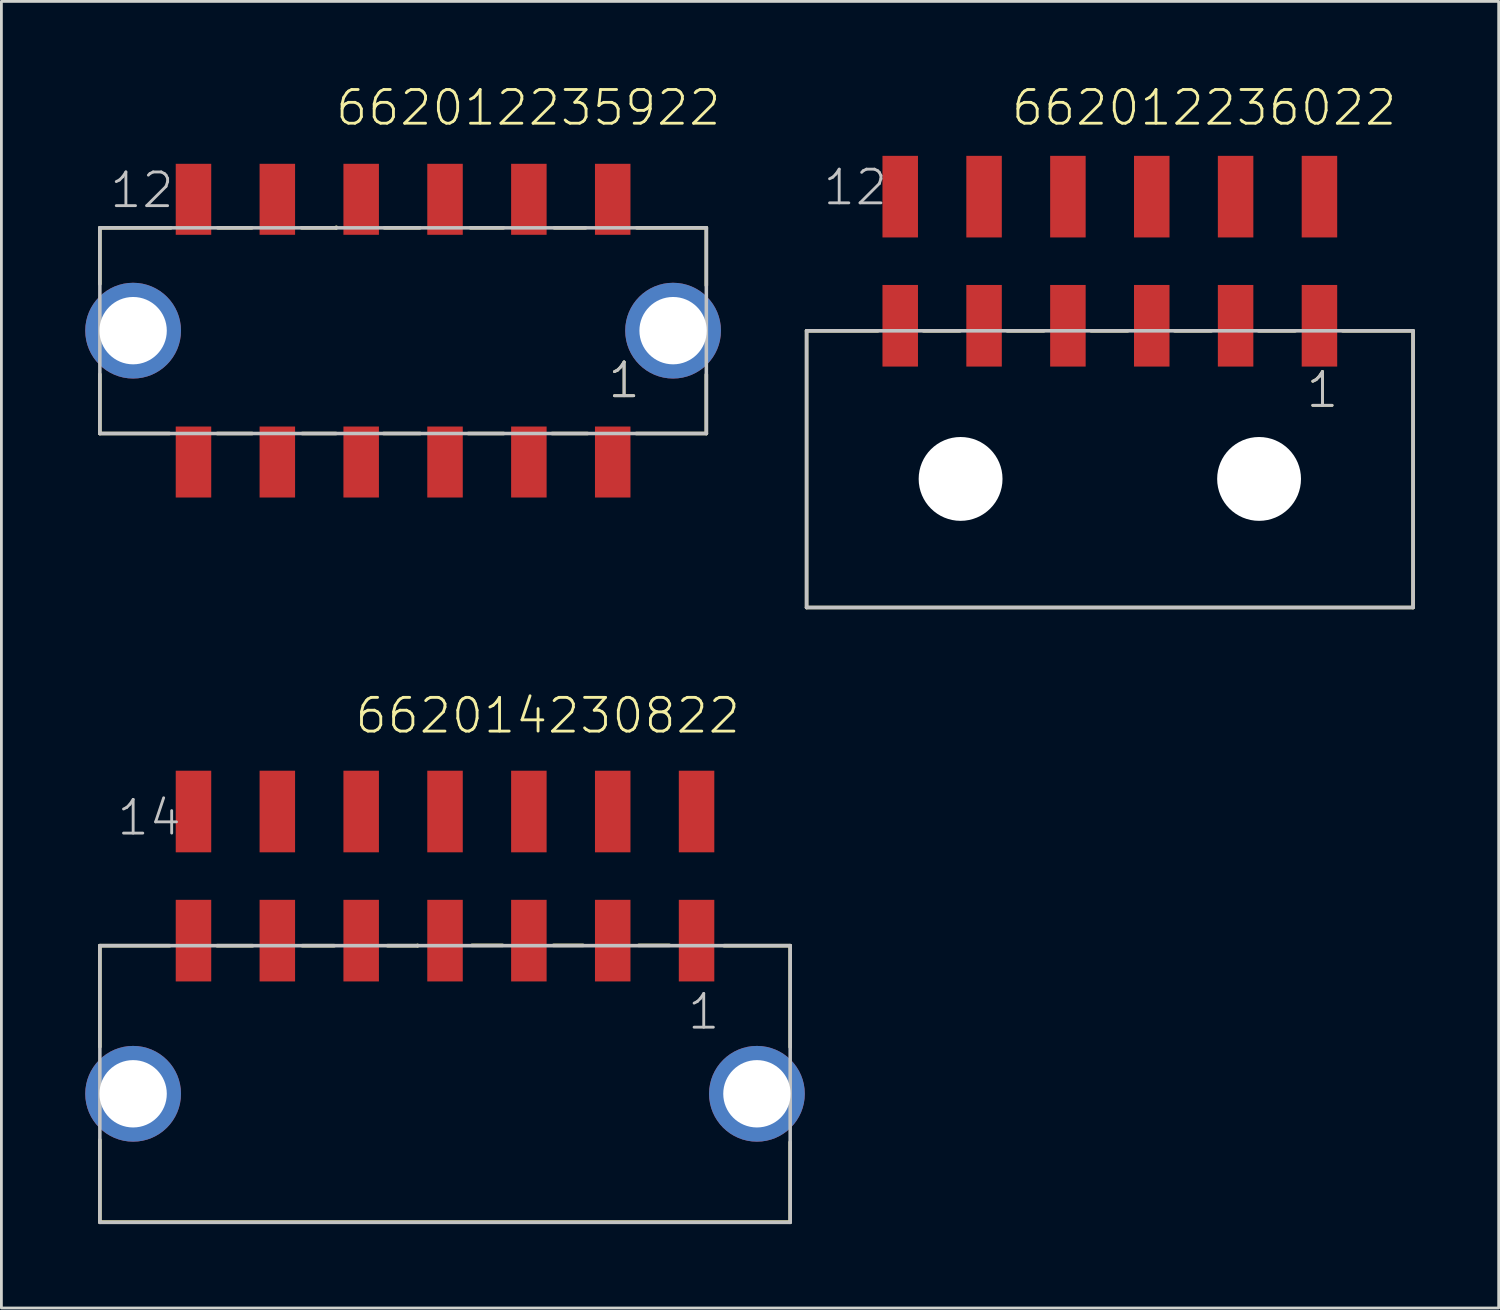
<source format=kicad_pcb>
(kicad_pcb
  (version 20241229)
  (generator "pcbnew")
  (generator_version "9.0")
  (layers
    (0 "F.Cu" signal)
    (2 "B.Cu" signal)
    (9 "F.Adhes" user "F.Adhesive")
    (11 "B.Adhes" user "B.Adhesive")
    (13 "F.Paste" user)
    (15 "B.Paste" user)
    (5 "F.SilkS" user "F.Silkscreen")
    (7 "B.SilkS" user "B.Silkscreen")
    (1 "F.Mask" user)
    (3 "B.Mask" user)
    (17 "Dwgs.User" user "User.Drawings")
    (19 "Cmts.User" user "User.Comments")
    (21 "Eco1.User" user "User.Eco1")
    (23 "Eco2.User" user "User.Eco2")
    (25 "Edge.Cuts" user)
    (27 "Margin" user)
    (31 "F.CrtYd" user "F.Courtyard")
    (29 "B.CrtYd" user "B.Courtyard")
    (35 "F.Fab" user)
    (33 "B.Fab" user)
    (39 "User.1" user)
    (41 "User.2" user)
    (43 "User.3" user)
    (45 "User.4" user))
  (footprint "662012236022"
    (layer "F.Cu")
    (at 36.66 14.086)
    (property "Reference" "662012236022" (at -3.585 -12.575 0) (layer "F.SilkS") (effects (font (size 1.206 1.206) (thickness 0.102)) (justify left bottom)))
    (attr through_hole)
    (fp_line (start -10.85 -5.3) (end -10.85 4.6) (stroke (width 0.127) (type solid)) (layer "F.SilkS"))
    (fp_line (start -10.85 4.6) (end 10.85 4.6) (stroke (width 0.127) (type solid)) (layer "F.SilkS"))
    (fp_line (start -8.3 -5.3) (end -10.85 -5.3) (stroke (width 0.127) (type solid)) (layer "F.SilkS"))
    (fp_line (start -6.67 -5.3) (end -5.36 -5.3) (stroke (width 0.127) (type solid)) (layer "F.SilkS"))
    (fp_line (start -3.67 -5.3) (end -2.36 -5.3) (stroke (width 0.127) (type solid)) (layer "F.SilkS"))
    (fp_line (start -0.67 -5.3) (end 0.64 -5.3) (stroke (width 0.127) (type solid)) (layer "F.SilkS"))
    (fp_line (start 2.32 -5.3) (end 3.63 -5.3) (stroke (width 0.127) (type solid)) (layer "F.SilkS"))
    (fp_line (start 5.32 -5.3) (end 6.63 -5.3) (stroke (width 0.127) (type solid)) (layer "F.SilkS"))
    (fp_line (start 8.33 -5.3) (end 10.85 -5.3) (stroke (width 0.127) (type solid)) (layer "F.SilkS"))
    (fp_line (start 10.85 4.6) (end 10.85 -5.3) (stroke (width 0.127) (type solid)) (layer "F.SilkS"))
    (fp_line (start -10.85 -5.3) (end 10.85 -5.3) (stroke (width 0.127) (type solid)) (layer "Dwgs.User"))
    (fp_line (start -10.85 4.6) (end -10.85 -5.3) (stroke (width 0.127) (type solid)) (layer "Dwgs.User"))
    (fp_line (start 10.85 -5.3) (end 10.85 4.6) (stroke (width 0.127) (type solid)) (layer "Dwgs.User"))
    (fp_line (start 10.85 4.6) (end -10.85 4.6) (stroke (width 0.127) (type solid)) (layer "Dwgs.User"))
    (fp_text user "1" (at 6.965 -2.48 0) (layer "F.SilkS") (effects (font (size 1.206 1.206) (thickness 0.102)) (justify left bottom)))
    (fp_text user "12" (at -10.325 -9.725 0) (layer "Dwgs.User") (effects (font (size 1.206 1.206) (thickness 0.102)) (justify left bottom)))
    (fp_text user "1" (at 6.965 -2.48 0) (layer "Dwgs.User") (effects (font (size 1.206 1.206) (thickness 0.102)) (justify left bottom)))
    (pad "" np_thru_hole circle (at -5.34 0) (size 3 3) (drill 3) (layers "*.Cu"))
    (pad "" np_thru_hole circle (at 5.34 0) (size 3 3) (drill 3) (layers "*.Cu"))
    (pad "1" smd rect (at 7.5 -5.48 90) (size 2.92 1.27) (layers "F.Cu" "F.Mask" "F.Paste"))
    (pad "2" smd rect (at 4.5 -5.48 90) (size 2.92 1.27) (layers "F.Cu" "F.Mask" "F.Paste"))
    (pad "3" smd rect (at 1.5 -5.48 90) (size 2.92 1.27) (layers "F.Cu" "F.Mask" "F.Paste"))
    (pad "4" smd rect (at -1.5 -5.48 90) (size 2.92 1.27) (layers "F.Cu" "F.Mask" "F.Paste"))
    (pad "5" smd rect (at -4.5 -5.48 90) (size 2.92 1.27) (layers "F.Cu" "F.Mask" "F.Paste"))
    (pad "6" smd rect (at -7.5 -5.48 90) (size 2.92 1.27) (layers "F.Cu" "F.Mask" "F.Paste"))
    (pad "7" smd rect (at 7.5 -10.1 90) (size 2.92 1.27) (layers "F.Cu" "F.Mask" "F.Paste"))
    (pad "8" smd rect (at 4.5 -10.1 90) (size 2.92 1.27) (layers "F.Cu" "F.Mask" "F.Paste"))
    (pad "9" smd rect (at 1.5 -10.1 90) (size 2.92 1.27) (layers "F.Cu" "F.Mask" "F.Paste"))
    (pad "10" smd rect (at -1.5 -10.1 90) (size 2.92 1.27) (layers "F.Cu" "F.Mask" "F.Paste"))
    (pad "11" smd rect (at -4.5 -10.1 90) (size 2.92 1.27) (layers "F.Cu" "F.Mask" "F.Paste"))
    (pad "12" smd rect (at -7.5 -10.1 90) (size 2.92 1.27) (layers "F.Cu" "F.Mask" "F.Paste")))
  (footprint "662014230822"
    (layer "F.Cu")
    (at 12.873 36.086)
    (property "Reference" "662014230822" (at -3.285 -12.825 0) (layer "F.SilkS") (effects (font (size 1.206 1.206) (thickness 0.102)) (justify left bottom)))
    (attr through_hole)
    (fp_line (start -12.35 -5.3) (end -12.35 -1.68) (stroke (width 0.127) (type solid)) (layer "F.SilkS"))
    (fp_line (start -12.35 1.65) (end -12.35 4.59) (stroke (width 0.127) (type solid)) (layer "F.SilkS"))
    (fp_line (start -12.35 4.59) (end 12.35 4.59) (stroke (width 0.127) (type solid)) (layer "F.SilkS"))
    (fp_line (start -9.85 -5.3) (end -12.35 -5.3) (stroke (width 0.127) (type solid)) (layer "F.SilkS"))
    (fp_line (start -8.16 -5.3) (end -6.88 -5.3) (stroke (width 0.127) (type solid)) (layer "F.SilkS"))
    (fp_line (start -5.11 -5.3) (end -3.96 -5.3) (stroke (width 0.127) (type solid)) (layer "F.SilkS"))
    (fp_line (start -2.06 -5.3) (end -0.98 -5.3) (stroke (width 0.127) (type solid)) (layer "F.SilkS"))
    (fp_line (start -0.98 -5.3) (end -0.98 -5.31) (stroke (width 0.127) (type solid)) (layer "F.SilkS"))
    (fp_line (start 0.96 -5.31) (end 2.06 -5.31) (stroke (width 0.127) (type solid)) (layer "F.SilkS"))
    (fp_line (start 3.88 -5.31) (end 4.94 -5.31) (stroke (width 0.127) (type solid)) (layer "F.SilkS"))
    (fp_line (start 6.93 -5.31) (end 8.03 -5.31) (stroke (width 0.127) (type solid)) (layer "F.SilkS"))
    (fp_line (start 9.98 -5.3) (end 12.35 -5.3) (stroke (width 0.127) (type solid)) (layer "F.SilkS"))
    (fp_line (start 12.35 -5.3) (end 12.35 -1.67) (stroke (width 0.127) (type solid)) (layer "F.SilkS"))
    (fp_line (start 12.35 4.59) (end 12.35 1.73) (stroke (width 0.127) (type solid)) (layer "F.SilkS"))
    (fp_line (start -12.35 -5.3) (end 12.35 -5.3) (stroke (width 0.127) (type solid)) (layer "Dwgs.User"))
    (fp_line (start -12.35 4.6) (end -12.35 -5.3) (stroke (width 0.127) (type solid)) (layer "Dwgs.User"))
    (fp_line (start 12.35 -5.3) (end 12.35 4.6) (stroke (width 0.127) (type solid)) (layer "Dwgs.User"))
    (fp_line (start 12.35 4.6) (end -12.35 4.6) (stroke (width 0.127) (type solid)) (layer "Dwgs.User"))
    (fp_text user "14" (at -11.8 -9.175 0) (layer "Dwgs.User") (effects (font (size 1.206 1.206) (thickness 0.102)) (justify left bottom)))
    (fp_text user "1" (at 8.615 -2.23 0) (layer "Dwgs.User") (effects (font (size 1.206 1.206) (thickness 0.102)) (justify left bottom)))
    (pad "1" smd rect (at 9 -5.48 90) (size 2.92 1.27) (layers "F.Cu" "F.Mask" "F.Paste"))
    (pad "2" smd rect (at 6 -5.48 90) (size 2.92 1.27) (layers "F.Cu" "F.Mask" "F.Paste"))
    (pad "3" smd rect (at 3 -5.48 90) (size 2.92 1.27) (layers "F.Cu" "F.Mask" "F.Paste"))
    (pad "4" smd rect (at 0 -5.48 90) (size 2.92 1.27) (layers "F.Cu" "F.Mask" "F.Paste"))
    (pad "5" smd rect (at -3 -5.48 90) (size 2.92 1.27) (layers "F.Cu" "F.Mask" "F.Paste"))
    (pad "6" smd rect (at -6 -5.48 90) (size 2.92 1.27) (layers "F.Cu" "F.Mask" "F.Paste"))
    (pad "7" smd rect (at -9 -5.48 90) (size 2.92 1.27) (layers "F.Cu" "F.Mask" "F.Paste"))
    (pad "8" smd rect (at 9 -10.1 90) (size 2.92 1.27) (layers "F.Cu" "F.Mask" "F.Paste"))
    (pad "9" smd rect (at 6 -10.1 90) (size 2.92 1.27) (layers "F.Cu" "F.Mask" "F.Paste"))
    (pad "10" smd rect (at 3 -10.1 90) (size 2.92 1.27) (layers "F.Cu" "F.Mask" "F.Paste"))
    (pad "11" smd rect (at 0 -10.1 90) (size 2.92 1.27) (layers "F.Cu" "F.Mask" "F.Paste"))
    (pad "12" smd rect (at -3 -10.1 90) (size 2.92 1.27) (layers "F.Cu" "F.Mask" "F.Paste"))
    (pad "13" smd rect (at -6 -10.1 90) (size 2.92 1.27) (layers "F.Cu" "F.Mask" "F.Paste"))
    (pad "14" smd rect (at -9 -10.1 90) (size 2.92 1.27) (layers "F.Cu" "F.Mask" "F.Paste"))
    (pad "Z1" thru_hole circle (at -11.16 0) (size 3.426 3.426) (drill 2.41) (layers "*.Cu" "*.Mask"))
    (pad "Z2" thru_hole circle (at 11.16 0 90) (size 3.426 3.426) (drill 2.41) (layers "*.Cu" "*.Mask")))
  (footprint "662012235922"
    (layer "F.Cu")
    (at 11.373 8.781)
    (property "Reference" "662012235922" (at -2.48 -7.27 0) (layer "F.SilkS") (effects (font (size 1.206 1.206) (thickness 0.102)) (justify left bottom)))
    (attr through_hole)
    (fp_line (start -10.85 -3.68) (end -10.85 -1.67) (stroke (width 0.127) (type solid)) (layer "F.SilkS"))
    (fp_line (start -10.85 1.56) (end -10.85 3.68) (stroke (width 0.127) (type solid)) (layer "F.SilkS"))
    (fp_line (start -10.85 3.68) (end -8.36 3.68) (stroke (width 0.127) (type solid)) (layer "F.SilkS"))
    (fp_line (start -8.31 -3.68) (end -10.85 -3.68) (stroke (width 0.127) (type solid)) (layer "F.SilkS"))
    (fp_line (start -6.65 3.68) (end -5.4 3.68) (stroke (width 0.127) (type solid)) (layer "F.SilkS"))
    (fp_line (start -6.63 -3.68) (end -5.41 -3.68) (stroke (width 0.127) (type solid)) (layer "F.SilkS"))
    (fp_line (start -3.63 -3.68) (end -2.39 -3.68) (stroke (width 0.127) (type solid)) (layer "F.SilkS"))
    (fp_line (start -3.61 3.68) (end -2.4 3.68) (stroke (width 0.127) (type solid)) (layer "F.SilkS"))
    (fp_line (start -2.39 -3.68) (end -2.39 -3.7) (stroke (width 0.127) (type solid)) (layer "F.SilkS"))
    (fp_line (start -0.7 3.68) (end 0.61 3.68) (stroke (width 0.127) (type solid)) (layer "F.SilkS"))
    (fp_line (start -0.67 -3.68) (end 0.6 -3.68) (stroke (width 0.127) (type solid)) (layer "F.SilkS"))
    (fp_line (start 2.33 3.68) (end 3.6 3.68) (stroke (width 0.127) (type solid)) (layer "F.SilkS"))
    (fp_line (start 2.41 -3.68) (end 3.59 -3.68) (stroke (width 0.127) (type solid)) (layer "F.SilkS"))
    (fp_line (start 5.33 3.68) (end 6.6 3.68) (stroke (width 0.127) (type solid)) (layer "F.SilkS"))
    (fp_line (start 5.41 -3.68) (end 6.53 -3.68) (stroke (width 0.127) (type solid)) (layer "F.SilkS"))
    (fp_line (start 8.34 3.68) (end 10.85 3.68) (stroke (width 0.127) (type solid)) (layer "F.SilkS"))
    (fp_line (start 8.36 -3.68) (end 10.85 -3.68) (stroke (width 0.127) (type solid)) (layer "F.SilkS"))
    (fp_line (start 10.85 -3.68) (end 10.85 -1.62) (stroke (width 0.127) (type solid)) (layer "F.SilkS"))
    (fp_line (start 10.85 3.68) (end 10.85 1.57) (stroke (width 0.127) (type solid)) (layer "F.SilkS"))
    (fp_line (start -10.85 -3.68) (end 10.85 -3.68) (stroke (width 0.127) (type solid)) (layer "Dwgs.User"))
    (fp_line (start -10.85 3.68) (end -10.85 -3.68) (stroke (width 0.127) (type solid)) (layer "Dwgs.User"))
    (fp_line (start 10.85 -3.68) (end 10.85 3.68) (stroke (width 0.127) (type solid)) (layer "Dwgs.User"))
    (fp_line (start 10.85 3.68) (end -10.85 3.68) (stroke (width 0.127) (type solid)) (layer "Dwgs.User"))
    (fp_text user "1" (at 7.265 2.48 0) (layer "F.SilkS") (effects (font (size 1.206 1.206) (thickness 0.102)) (justify left bottom)))
    (fp_text user "12" (at -10.56 -4.32 0) (layer "Dwgs.User") (effects (font (size 1.206 1.206) (thickness 0.102)) (justify left bottom)))
    (fp_text user "1" (at 7.265 2.48 0) (layer "Dwgs.User") (effects (font (size 1.206 1.206) (thickness 0.102)) (justify left bottom)))
    (pad "1" smd rect (at 7.5 4.7 90) (size 2.54 1.27) (layers "F.Cu" "F.Mask" "F.Paste"))
    (pad "2" smd rect (at 4.5 4.7 90) (size 2.54 1.27) (layers "F.Cu" "F.Mask" "F.Paste"))
    (pad "3" smd rect (at 1.5 4.7 90) (size 2.54 1.27) (layers "F.Cu" "F.Mask" "F.Paste"))
    (pad "4" smd rect (at -1.5 4.7 90) (size 2.54 1.27) (layers "F.Cu" "F.Mask" "F.Paste"))
    (pad "5" smd rect (at -4.5 4.7 90) (size 2.54 1.27) (layers "F.Cu" "F.Mask" "F.Paste"))
    (pad "6" smd rect (at -7.5 4.7 90) (size 2.54 1.27) (layers "F.Cu" "F.Mask" "F.Paste"))
    (pad "7" smd rect (at 7.5 -4.7 90) (size 2.54 1.27) (layers "F.Cu" "F.Mask" "F.Paste"))
    (pad "8" smd rect (at 4.5 -4.7 90) (size 2.54 1.27) (layers "F.Cu" "F.Mask" "F.Paste"))
    (pad "9" smd rect (at 1.5 -4.7 90) (size 2.54 1.27) (layers "F.Cu" "F.Mask" "F.Paste"))
    (pad "10" smd rect (at -1.5 -4.7 90) (size 2.54 1.27) (layers "F.Cu" "F.Mask" "F.Paste"))
    (pad "11" smd rect (at -4.5 -4.7 90) (size 2.54 1.27) (layers "F.Cu" "F.Mask" "F.Paste"))
    (pad "12" smd rect (at -7.5 -4.7 90) (size 2.54 1.27) (layers "F.Cu" "F.Mask" "F.Paste"))
    (pad "Z1" thru_hole circle (at -9.66 0) (size 3.426 3.426) (drill 2.41) (layers "*.Cu" "*.Mask"))
    (pad "Z2" thru_hole circle (at 9.66 0) (size 3.426 3.426) (drill 2.41) (layers "*.Cu" "*.Mask")))
  (gr_rect
    (start -3 -3)
    (end 50.573 43.75)
    (stroke (width 0.1) (type default))
    (fill no)
    (layer "Edge.Cuts")))
</source>
